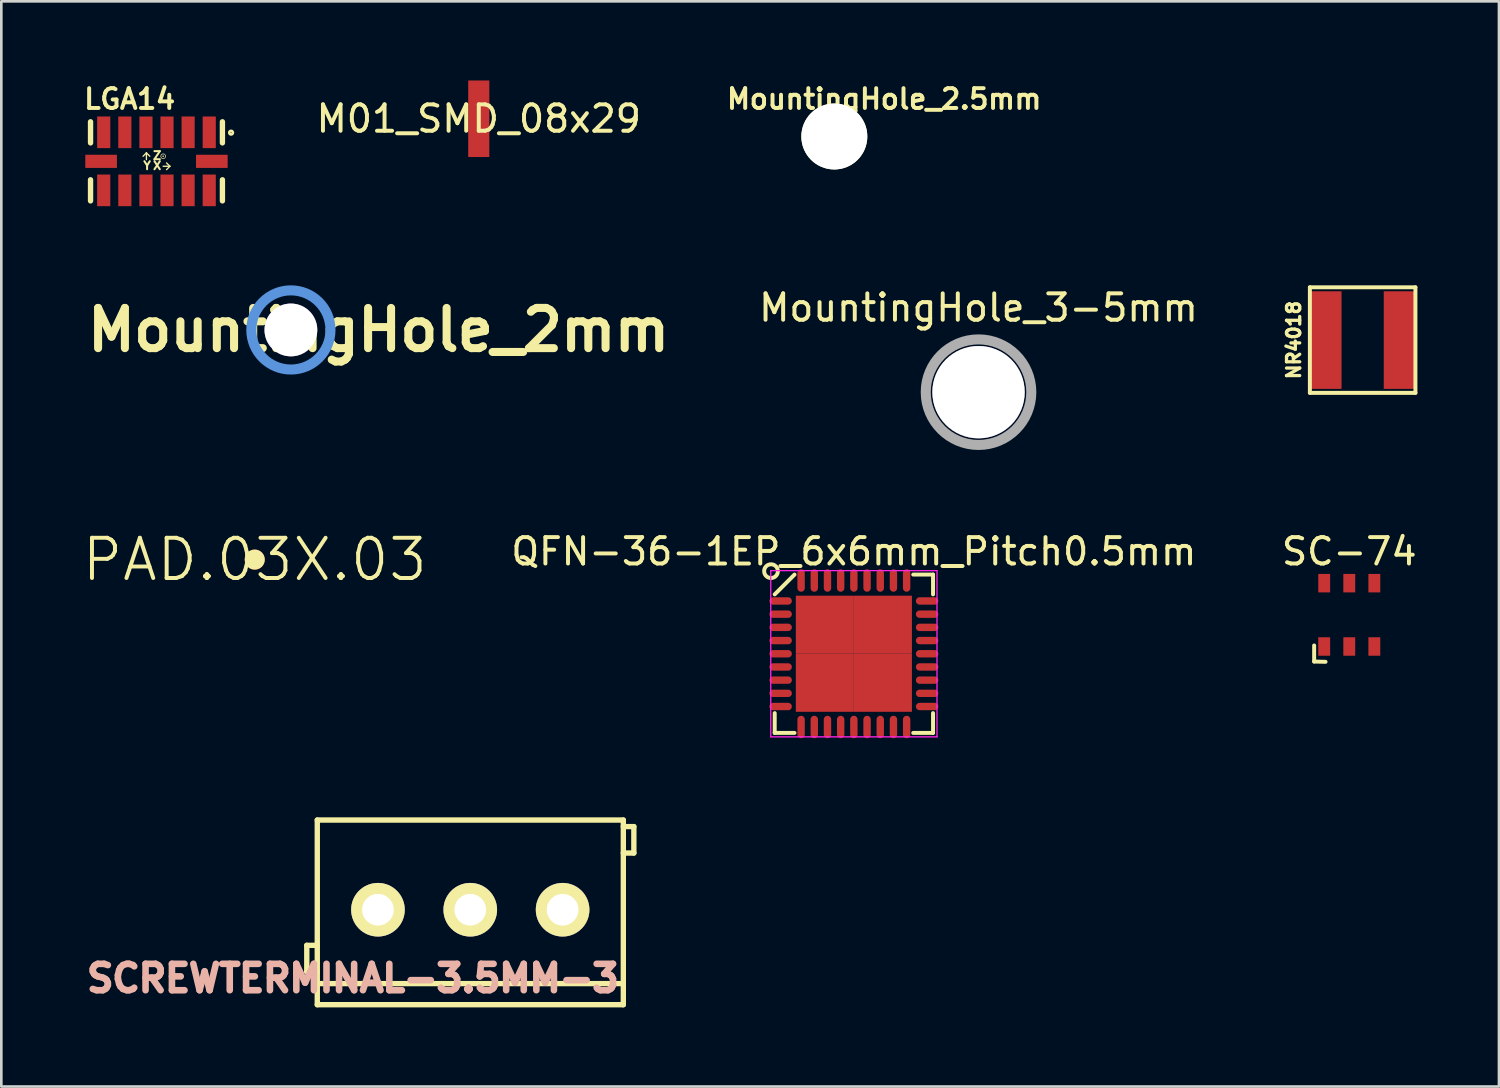
<source format=kicad_pcb>
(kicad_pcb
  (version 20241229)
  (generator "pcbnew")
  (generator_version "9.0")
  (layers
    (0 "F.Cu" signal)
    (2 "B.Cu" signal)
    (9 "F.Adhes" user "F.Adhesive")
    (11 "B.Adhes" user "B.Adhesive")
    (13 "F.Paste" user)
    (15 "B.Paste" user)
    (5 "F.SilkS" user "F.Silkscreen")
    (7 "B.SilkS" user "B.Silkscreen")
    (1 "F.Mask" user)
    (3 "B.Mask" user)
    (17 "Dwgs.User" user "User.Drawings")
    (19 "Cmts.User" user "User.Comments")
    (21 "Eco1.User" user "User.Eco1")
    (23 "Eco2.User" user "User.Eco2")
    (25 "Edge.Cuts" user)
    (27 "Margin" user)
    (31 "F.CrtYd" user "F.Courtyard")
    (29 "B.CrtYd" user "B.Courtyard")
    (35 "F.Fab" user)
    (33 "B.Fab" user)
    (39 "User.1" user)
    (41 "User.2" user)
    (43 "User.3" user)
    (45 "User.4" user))
  (footprint "MountingHole_3-5mm"
    (layer "F.Cu")
    (at 34.033 11.812)
    (property "Reference" "MountingHole_3-5mm" (at 0 -3.2 0) (layer "F.SilkS") (effects (font (size 1 1) (thickness 0.15))))
    (attr through_hole)
    (fp_circle (center 0 0) (end 2 0) (stroke (width 0.381) (type solid)) (fill no) (layer "F.Fab"))
    (pad "" thru_hole circle (at 0 0) (size 3.5 3.5) (drill 3.5) (layers)))
  (footprint "QFN-36-1EP_6x6mm_Pitch0.5mm"
    (layer "F.Cu")
    (at 29.309 21.725)
    (property "Reference" "QFN-36-1EP_6x6mm_Pitch0.5mm" (at 0 -3.875 0) (layer "F.SilkS") (effects (font (size 1 1) (thickness 0.15))))
    (attr smd)
    (fp_line (start -3 -2.25) (end -2.25 -3) (stroke (width 0.15) (type solid)) (layer "F.SilkS"))
    (fp_line (start -3 3) (end -3 2.25) (stroke (width 0.15) (type solid)) (layer "F.SilkS"))
    (fp_line (start -3 3) (end -2.25 3) (stroke (width 0.15) (type solid)) (layer "F.SilkS"))
    (fp_line (start 3 -3) (end 2.25 -3) (stroke (width 0.15) (type solid)) (layer "F.SilkS"))
    (fp_line (start 3 -3) (end 3 -2.25) (stroke (width 0.15) (type solid)) (layer "F.SilkS"))
    (fp_line (start 3 3) (end 2.25 3) (stroke (width 0.15) (type solid)) (layer "F.SilkS"))
    (fp_line (start 3 3) (end 3 2.25) (stroke (width 0.15) (type solid)) (layer "F.SilkS"))
    (fp_circle (center -3.14 -3.13) (end -3.4 -3.14) (stroke (width 0.15) (type solid)) (fill no) (layer "F.SilkS"))
    (fp_line (start -3.15 -3.15) (end -3.15 3.15) (stroke (width 0.05) (type solid)) (layer "F.CrtYd"))
    (fp_line (start -3.15 -3.15) (end 3.15 -3.15) (stroke (width 0.05) (type solid)) (layer "F.CrtYd"))
    (fp_line (start -3.15 3.15) (end 3.15 3.15) (stroke (width 0.05) (type solid)) (layer "F.CrtYd"))
    (fp_line (start 3.15 -3.15) (end 3.15 3.15) (stroke (width 0.05) (type solid)) (layer "F.CrtYd"))
    (pad "1" smd oval (at -2.775 -2) (size 0.85 0.28) (layers "F.Cu" "F.Mask" "F.Paste"))
    (pad "2" smd oval (at -2.775 -1.5) (size 0.85 0.28) (layers "F.Cu" "F.Mask" "F.Paste"))
    (pad "3" smd oval (at -2.775 -1) (size 0.85 0.28) (layers "F.Cu" "F.Mask" "F.Paste"))
    (pad "4" smd oval (at -2.775 -0.5) (size 0.85 0.28) (layers "F.Cu" "F.Mask" "F.Paste"))
    (pad "5" smd oval (at -2.775 0) (size 0.85 0.28) (layers "F.Cu" "F.Mask" "F.Paste"))
    (pad "6" smd oval (at -2.775 0.5) (size 0.85 0.28) (layers "F.Cu" "F.Mask" "F.Paste"))
    (pad "7" smd oval (at -2.775 1) (size 0.85 0.28) (layers "F.Cu" "F.Mask" "F.Paste"))
    (pad "8" smd oval (at -2.775 1.5) (size 0.85 0.28) (layers "F.Cu" "F.Mask" "F.Paste"))
    (pad "9" smd oval (at -2.775 2) (size 0.85 0.28) (layers "F.Cu" "F.Mask" "F.Paste"))
    (pad "10" smd oval (at -2 2.775 90) (size 0.85 0.28) (layers "F.Cu" "F.Mask" "F.Paste"))
    (pad "11" smd oval (at -1.5 2.775 90) (size 0.85 0.28) (layers "F.Cu" "F.Mask" "F.Paste"))
    (pad "12" smd oval (at -1 2.775 90) (size 0.85 0.28) (layers "F.Cu" "F.Mask" "F.Paste"))
    (pad "13" smd oval (at -0.5 2.775 90) (size 0.85 0.28) (layers "F.Cu" "F.Mask" "F.Paste"))
    (pad "14" smd oval (at 0 2.775 90) (size 0.85 0.28) (layers "F.Cu" "F.Mask" "F.Paste"))
    (pad "15" smd oval (at 0.5 2.775 90) (size 0.85 0.28) (layers "F.Cu" "F.Mask" "F.Paste"))
    (pad "16" smd oval (at 1 2.775 90) (size 0.85 0.28) (layers "F.Cu" "F.Mask" "F.Paste"))
    (pad "17" smd oval (at 1.5 2.775 90) (size 0.85 0.28) (layers "F.Cu" "F.Mask" "F.Paste"))
    (pad "18" smd oval (at 2 2.775 90) (size 0.85 0.28) (layers "F.Cu" "F.Mask" "F.Paste"))
    (pad "19" smd oval (at 2.775 2) (size 0.85 0.28) (layers "F.Cu" "F.Mask" "F.Paste"))
    (pad "20" smd oval (at 2.775 1.5) (size 0.85 0.28) (layers "F.Cu" "F.Mask" "F.Paste"))
    (pad "21" smd oval (at 2.775 1) (size 0.85 0.28) (layers "F.Cu" "F.Mask" "F.Paste"))
    (pad "22" smd oval (at 2.775 0.5) (size 0.85 0.28) (layers "F.Cu" "F.Mask" "F.Paste"))
    (pad "23" smd oval (at 2.775 0) (size 0.85 0.28) (layers "F.Cu" "F.Mask" "F.Paste"))
    (pad "24" smd oval (at 2.775 -0.5) (size 0.85 0.28) (layers "F.Cu" "F.Mask" "F.Paste"))
    (pad "25" smd oval (at 2.775 -1) (size 0.85 0.28) (layers "F.Cu" "F.Mask" "F.Paste"))
    (pad "26" smd oval (at 2.775 -1.5) (size 0.85 0.28) (layers "F.Cu" "F.Mask" "F.Paste"))
    (pad "27" smd oval (at 2.775 -2) (size 0.85 0.28) (layers "F.Cu" "F.Mask" "F.Paste"))
    (pad "28" smd oval (at 2 -2.775 90) (size 0.85 0.28) (layers "F.Cu" "F.Mask" "F.Paste"))
    (pad "29" smd oval (at 1.5 -2.775 90) (size 0.85 0.28) (layers "F.Cu" "F.Mask" "F.Paste"))
    (pad "30" smd oval (at 1 -2.775 90) (size 0.85 0.28) (layers "F.Cu" "F.Mask" "F.Paste"))
    (pad "31" smd oval (at 0.5 -2.775 90) (size 0.85 0.28) (layers "F.Cu" "F.Mask" "F.Paste"))
    (pad "32" smd oval (at 0 -2.775 90) (size 0.85 0.28) (layers "F.Cu" "F.Mask" "F.Paste"))
    (pad "33" smd oval (at -0.5 -2.775 90) (size 0.85 0.28) (layers "F.Cu" "F.Mask" "F.Paste"))
    (pad "34" smd oval (at -1 -2.775 90) (size 0.85 0.28) (layers "F.Cu" "F.Mask" "F.Paste"))
    (pad "35" smd oval (at -1.5 -2.775 90) (size 0.85 0.28) (layers "F.Cu" "F.Mask" "F.Paste"))
    (pad "36" smd oval (at -2 -2.775 90) (size 0.85 0.28) (layers "F.Cu" "F.Mask" "F.Paste"))
    (pad "37" smd rect (at -1.1 -1.1) (size 2.2 2.2) (layers "F.Cu" "F.Mask" "F.Paste"))
    (pad "37" smd rect (at -1.1 1.1) (size 2.2 2.2) (layers "F.Cu" "F.Mask" "F.Paste"))
    (pad "37" smd rect (at 1.1 -1.1) (size 2.2 2.2) (layers "F.Cu" "F.Mask" "F.Paste"))
    (pad "37" smd rect (at 1.1 1.1) (size 2.2 2.2) (layers "F.Cu" "F.Mask" "F.Paste")))
  (footprint "PAD.03X.03"
    (layer "F.Cu")
    (at 6.604 18.157)
    (property "Reference" "PAD.03X.03" (at 0 0 0) (layer "F.SilkS") (effects (font (size 1.524 1.524) (thickness 0.15))))
    (attr smd)
    (pad "1" smd circle (at 0 0) (size 0.762 0.762) (layers "F.Cu" "F.Mask" "F.SilkS" "F.Paste")))
  (footprint "LGA14"
    (layer "F.Cu")
    (at 2.88 3.064)
    (property "Reference" "LGA14" (at -1.016 -2.362 0) (layer "F.SilkS") (effects (font (size 0.75 0.75) (thickness 0.15))))
    (attr smd)
    (fp_line (start -2.499 -0.699) (end -2.499 -1.499) (stroke (width 0.203) (type solid)) (layer "F.SilkS"))
    (fp_line (start -2.499 1.499) (end -2.499 0.699) (stroke (width 0.203) (type solid)) (layer "F.SilkS"))
    (fp_line (start -0.381 -0.32) (end -0.508 -0.193) (stroke (width 0.051) (type solid)) (layer "F.SilkS"))
    (fp_line (start -0.381 -0.32) (end -0.254 -0.193) (stroke (width 0.051) (type solid)) (layer "F.SilkS"))
    (fp_line (start -0.381 -0.066) (end -0.381 -0.32) (stroke (width 0.051) (type solid)) (layer "F.SilkS"))
    (fp_line (start 0.254 0.188) (end 0.508 0.188) (stroke (width 0.051) (type solid)) (layer "F.SilkS"))
    (fp_line (start 0.508 0.188) (end 0.381 0.061) (stroke (width 0.051) (type solid)) (layer "F.SilkS"))
    (fp_line (start 0.508 0.188) (end 0.381 0.315) (stroke (width 0.051) (type solid)) (layer "F.SilkS"))
    (fp_line (start 2.499 -1.499) (end 2.499 -0.699) (stroke (width 0.203) (type solid)) (layer "F.SilkS"))
    (fp_line (start 2.499 0.699) (end 2.499 1.499) (stroke (width 0.203) (type solid)) (layer "F.SilkS"))
    (fp_circle (center 0.254 -0.193) (end 0.267 -0.206) (stroke (width 0.025) (type solid)) (fill no) (layer "F.SilkS"))
    (fp_circle (center 0.254 -0.193) (end 0.318 -0.257) (stroke (width 0.025) (type solid)) (fill no) (layer "F.SilkS"))
    (fp_circle (center 2.827 -1.087) (end 2.875 -1.039) (stroke (width 0.102) (type solid)) (fill no) (layer "F.SilkS"))
    (fp_text user "X" (at 0.025 0.163 0) (layer "F.SilkS") (effects (font (size 0.305 0.305) (thickness 0.076))))
    (fp_text user "Y" (at -0.356 0.163 0) (layer "F.SilkS") (effects (font (size 0.305 0.305) (thickness 0.076))))
    (fp_text user "Z" (at 0.025 -0.218 0) (layer "F.SilkS") (effects (font (size 0.305 0.305) (thickness 0.076))))
    (pad "1" smd rect (at 1.999 -1.1) (size 0.498 1.199) (layers "F.Cu" "F.Mask" "F.Paste"))
    (pad "2" smd rect (at 1.199 -1.1) (size 0.498 1.199) (layers "F.Cu" "F.Mask" "F.Paste"))
    (pad "3" smd rect (at 0.399 -1.1) (size 0.498 1.199) (layers "F.Cu" "F.Mask" "F.Paste"))
    (pad "4" smd rect (at -0.399 -1.1) (size 0.498 1.199) (layers "F.Cu" "F.Mask" "F.Paste"))
    (pad "5" smd rect (at -1.199 -1.1) (size 0.498 1.199) (layers "F.Cu" "F.Mask" "F.Paste"))
    (pad "6" smd rect (at -1.999 -1.1) (size 0.498 1.199) (layers "F.Cu" "F.Mask" "F.Paste"))
    (pad "7" smd rect (at -2.098 0 90) (size 0.498 1.199) (layers "F.Cu" "F.Mask" "F.Paste"))
    (pad "8" smd rect (at -1.999 1.1) (size 0.498 1.199) (layers "F.Cu" "F.Mask" "F.Paste"))
    (pad "9" smd rect (at -1.199 1.1) (size 0.498 1.199) (layers "F.Cu" "F.Mask" "F.Paste"))
    (pad "10" smd rect (at -0.399 1.1) (size 0.498 1.199) (layers "F.Cu" "F.Mask" "F.Paste"))
    (pad "11" smd rect (at 0.399 1.1) (size 0.498 1.199) (layers "F.Cu" "F.Mask" "F.Paste"))
    (pad "12" smd rect (at 1.199 1.1) (size 0.498 1.199) (layers "F.Cu" "F.Mask" "F.Paste"))
    (pad "13" smd rect (at 1.999 1.1) (size 0.498 1.199) (layers "F.Cu" "F.Mask" "F.Paste"))
    (pad "14" smd rect (at 2.098 0 90) (size 0.498 1.199) (layers "F.Cu" "F.Mask" "F.Paste")))
  (footprint "M01_SMD_08x29"
    (layer "F.Cu")
    (at 15.094 1.45)
    (property "Reference" "M01_SMD_08x29" (at 0 0 0) (layer "F.SilkS") (effects (font (size 1 1) (thickness 0.15))))
    (attr through_hole)
    (pad "1" smd rect (at 0 0) (size 0.8 2.9) (layers "F.Cu" "F.Mask" "F.Paste")))
  (footprint "MountingHole_2.5mm"
    (layer "F.Cu")
    (at 28.568 2.122)
    (property "Reference" "MountingHole_2.5mm" (at 1.89 -1.42 0) (layer "F.SilkS") (effects (font (size 0.75 0.75) (thickness 0.15))))
    (attr through_hole)
    (pad "" np_thru_hole circle (at 0 0) (size 2.5 2.5) (drill 2.5) (layers "*.Cu" "*.Mask" "F.SilkS")))
  (footprint "NR4018"
    (layer "F.Cu")
    (at 48.59 9.838)
    (property "Reference" "NR4018" (at -2.61 0 90) (layer "F.SilkS") (effects (font (size 0.5 0.5) (thickness 0.125))))
    (attr through_hole)
    (fp_line (start -2 -2) (end 2 -2) (stroke (width 0.15) (type solid)) (layer "F.SilkS"))
    (fp_line (start -2 2) (end -2 -2) (stroke (width 0.15) (type solid)) (layer "F.SilkS"))
    (fp_line (start 2 -2) (end 2 2) (stroke (width 0.15) (type solid)) (layer "F.SilkS"))
    (fp_line (start 2 2) (end -2 2) (stroke (width 0.15) (type solid)) (layer "F.SilkS"))
    (pad "1" smd rect (at -1.4 0) (size 1.2 3.7) (layers "F.Cu" "F.Mask" "F.Paste"))
    (pad "2" smd rect (at 1.4 0) (size 1.2 3.7) (layers "F.Cu" "F.Mask" "F.Paste")))
  (footprint "SC-74"
    (layer "F.Cu")
    (at 48.083 20.25)
    (property "Reference" "SC-74" (at 0 -2.4 0) (layer "F.SilkS") (effects (font (size 1 1) (thickness 0.15))))
    (attr smd)
    (fp_line (start -1.331 1.161) (end -1.331 1.77) (stroke (width 0.15) (type solid)) (layer "F.SilkS"))
    (fp_line (start -1.331 1.77) (end -0.899 1.781) (stroke (width 0.15) (type solid)) (layer "F.SilkS"))
    (pad "1" smd rect (at -0.95 1.2) (size 0.45 0.7) (layers "F.Cu" "F.Mask" "F.Paste"))
    (pad "2" smd rect (at 0 1.2) (size 0.45 0.7) (layers "F.Cu" "F.Mask" "F.Paste"))
    (pad "3" smd rect (at 0.95 1.2) (size 0.45 0.7) (layers "F.Cu" "F.Mask" "F.Paste"))
    (pad "4" smd rect (at 0.95 -1.2) (size 0.45 0.7) (layers "F.Cu" "F.Mask" "F.Paste"))
    (pad "5" smd rect (at 0 -1.2) (size 0.45 0.7) (layers "F.Cu" "F.Mask" "F.Paste"))
    (pad "6" smd rect (at -0.95 -1.2) (size 0.45 0.7) (layers "F.Cu" "F.Mask" "F.Paste")))
  (footprint "MountingHole_2mm"
    (layer "F.Cu")
    (at 7.974 9.454)
    (property "Reference" "MountingHole_2mm" (at 3.325 0 0) (layer "F.SilkS") (effects (font (size 1.524 1.524) (thickness 0.305))))
    (attr through_hole)
    (fp_circle (center 0 0) (end 1.5 0) (stroke (width 0.381) (type solid)) (fill no) (layer "Cmts.User"))
    (pad "1" thru_hole circle (at 0 0) (size 2 2) (drill 2) (layers "F.Cu")))
  (footprint "SCREWTERMINAL-3.5MM-3"
    (layer "F.Cu")
    (at 11.273 31.426)
    (property "Reference" "SCREWTERMINAL-3.5MM-3" (at -0.95 2.6 0) (layer "B.SilkS") (effects (font (size 1 1) (thickness 0.25))))
    (attr exclude_from_pos_files exclude_from_bom)
    (fp_line (start -2.697 1.349) (end -2.697 2.349) (stroke (width 0.203) (type solid)) (layer "F.SilkS"))
    (fp_line (start -2.697 2.349) (end -2.299 2.349) (stroke (width 0.203) (type solid)) (layer "F.SilkS"))
    (fp_line (start -2.299 -3.399) (end 9.299 -3.399) (stroke (width 0.203) (type solid)) (layer "F.SilkS"))
    (fp_line (start -2.299 1.349) (end -2.697 1.349) (stroke (width 0.203) (type solid)) (layer "F.SilkS"))
    (fp_line (start -2.299 2.799) (end -2.299 -3.399) (stroke (width 0.203) (type solid)) (layer "F.SilkS"))
    (fp_line (start -2.299 3.599) (end -2.299 2.799) (stroke (width 0.203) (type solid)) (layer "F.SilkS"))
    (fp_line (start 9.299 -3.399) (end 9.299 2.799) (stroke (width 0.203) (type solid)) (layer "F.SilkS"))
    (fp_line (start 9.299 -3.15) (end 9.698 -3.15) (stroke (width 0.203) (type solid)) (layer "F.SilkS"))
    (fp_line (start 9.299 2.799) (end -2.299 2.799) (stroke (width 0.203) (type solid)) (layer "F.SilkS"))
    (fp_line (start 9.299 2.799) (end 9.299 3.599) (stroke (width 0.203) (type solid)) (layer "F.SilkS"))
    (fp_line (start 9.299 3.599) (end -2.299 3.599) (stroke (width 0.203) (type solid)) (layer "F.SilkS"))
    (fp_line (start 9.698 -3.15) (end 9.698 -2.149) (stroke (width 0.203) (type solid)) (layer "F.SilkS"))
    (fp_line (start 9.698 -2.149) (end 9.299 -2.149) (stroke (width 0.203) (type solid)) (layer "F.SilkS"))
    (pad "1" thru_hole circle (at 0 0) (size 2.032 2.032) (drill 1.199) (layers "*.Cu" "*.Mask" "F.SilkS" "F.Paste"))
    (pad "2" thru_hole circle (at 3.498 0) (size 2.032 2.032) (drill 1.199) (layers "*.Cu" "*.Mask" "F.SilkS" "F.Paste"))
    (pad "3" thru_hole circle (at 6.998 0) (size 2.032 2.032) (drill 1.199) (layers "*.Cu" "*.Mask" "F.SilkS" "F.Paste")))
  (gr_rect
    (start -3 -3)
    (end 53.756 38.126)
    (stroke (width 0.1) (type default))
    (fill no)
    (layer "Edge.Cuts")))
</source>
